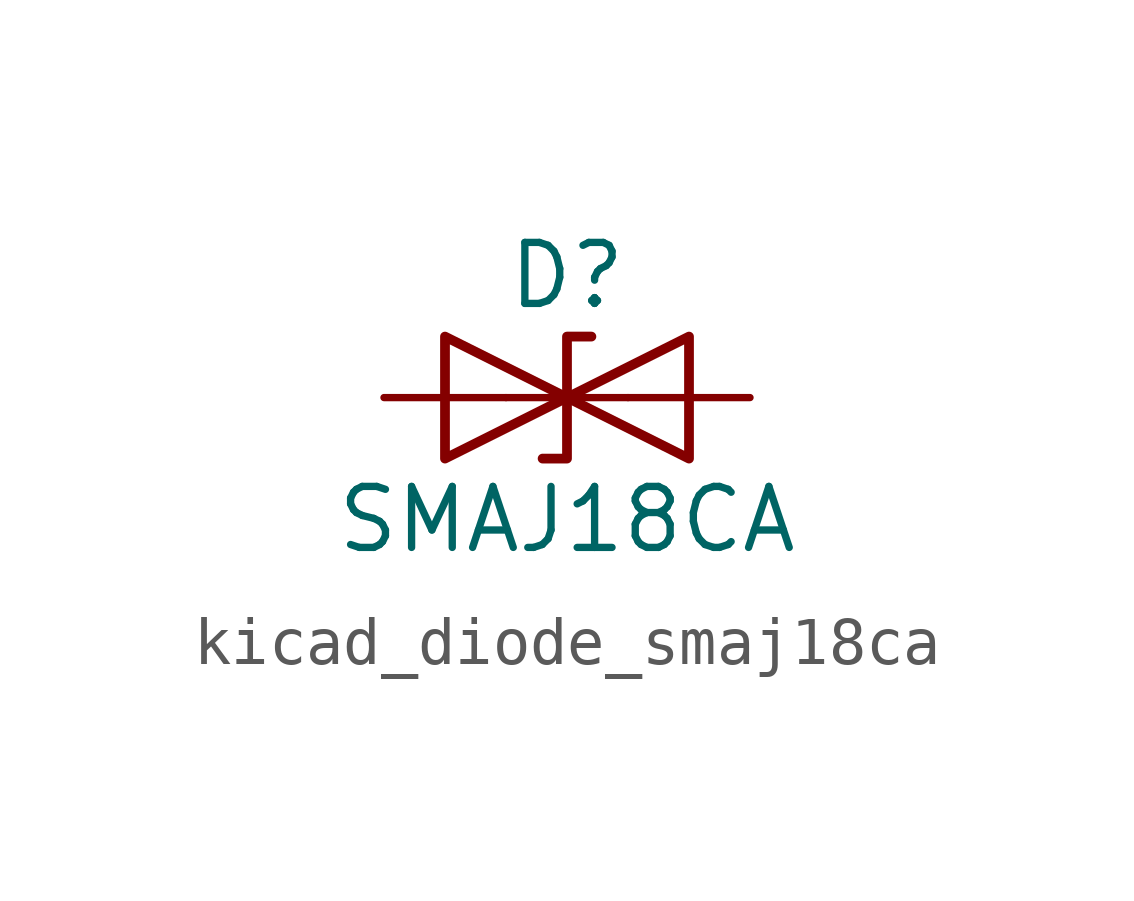
<source format=kicad_sym>
(kicad_symbol_lib
  (version 20220914)
  (generator kicad_symbol_editor)
  (symbol "kicad_diode_smaj18ca"
    (pin_numbers hide)
    (pin_names
      (offset 1.016) hide)
    (property "Reference" "D"
      (at 0 2.54 0)
      (effects (font (size 1.27 1.27))))
    (property "Value" "SMAJ18CA"
      (at 0 -2.54 0)
      (effects (font (size 1.27 1.27))))
    (symbol "kicad_diode_smaj18ca_0_1"
      (polyline (pts (xy 1.27 0) (xy -1.27 0)) (stroke (width 0) (type default)) (fill (type none)))
      (polyline (pts (xy -2.54 -1.27) (xy 0 0) (xy -2.54 1.27) (xy -2.54 -1.27)) (stroke (width 0.203) (type default)) (fill (type none)))
      (polyline (pts (xy 0.508 1.27) (xy 0 1.27) (xy 0 -1.27) (xy -0.508 -1.27)) (stroke (width 0.203) (type default)) (fill (type none)))
      (polyline (pts (xy 2.54 1.27) (xy 2.54 -1.27) (xy 0 0) (xy 2.54 1.27)) (stroke (width 0.203) (type default)) (fill (type none))))
    (symbol "kicad_diode_smaj18ca_1_1"
      (pin passive line (at -3.81 0 0) (length 2.54) (name "A1" (effects (font (size 1.27 1.27)))) (number "1" (effects (font (size 1.27 1.27)))))
      (pin passive line (at 3.81 0 180) (length 2.54) (name "A2" (effects (font (size 1.27 1.27)))) (number "2" (effects (font (size 1.27 1.27))))))))
</source>
